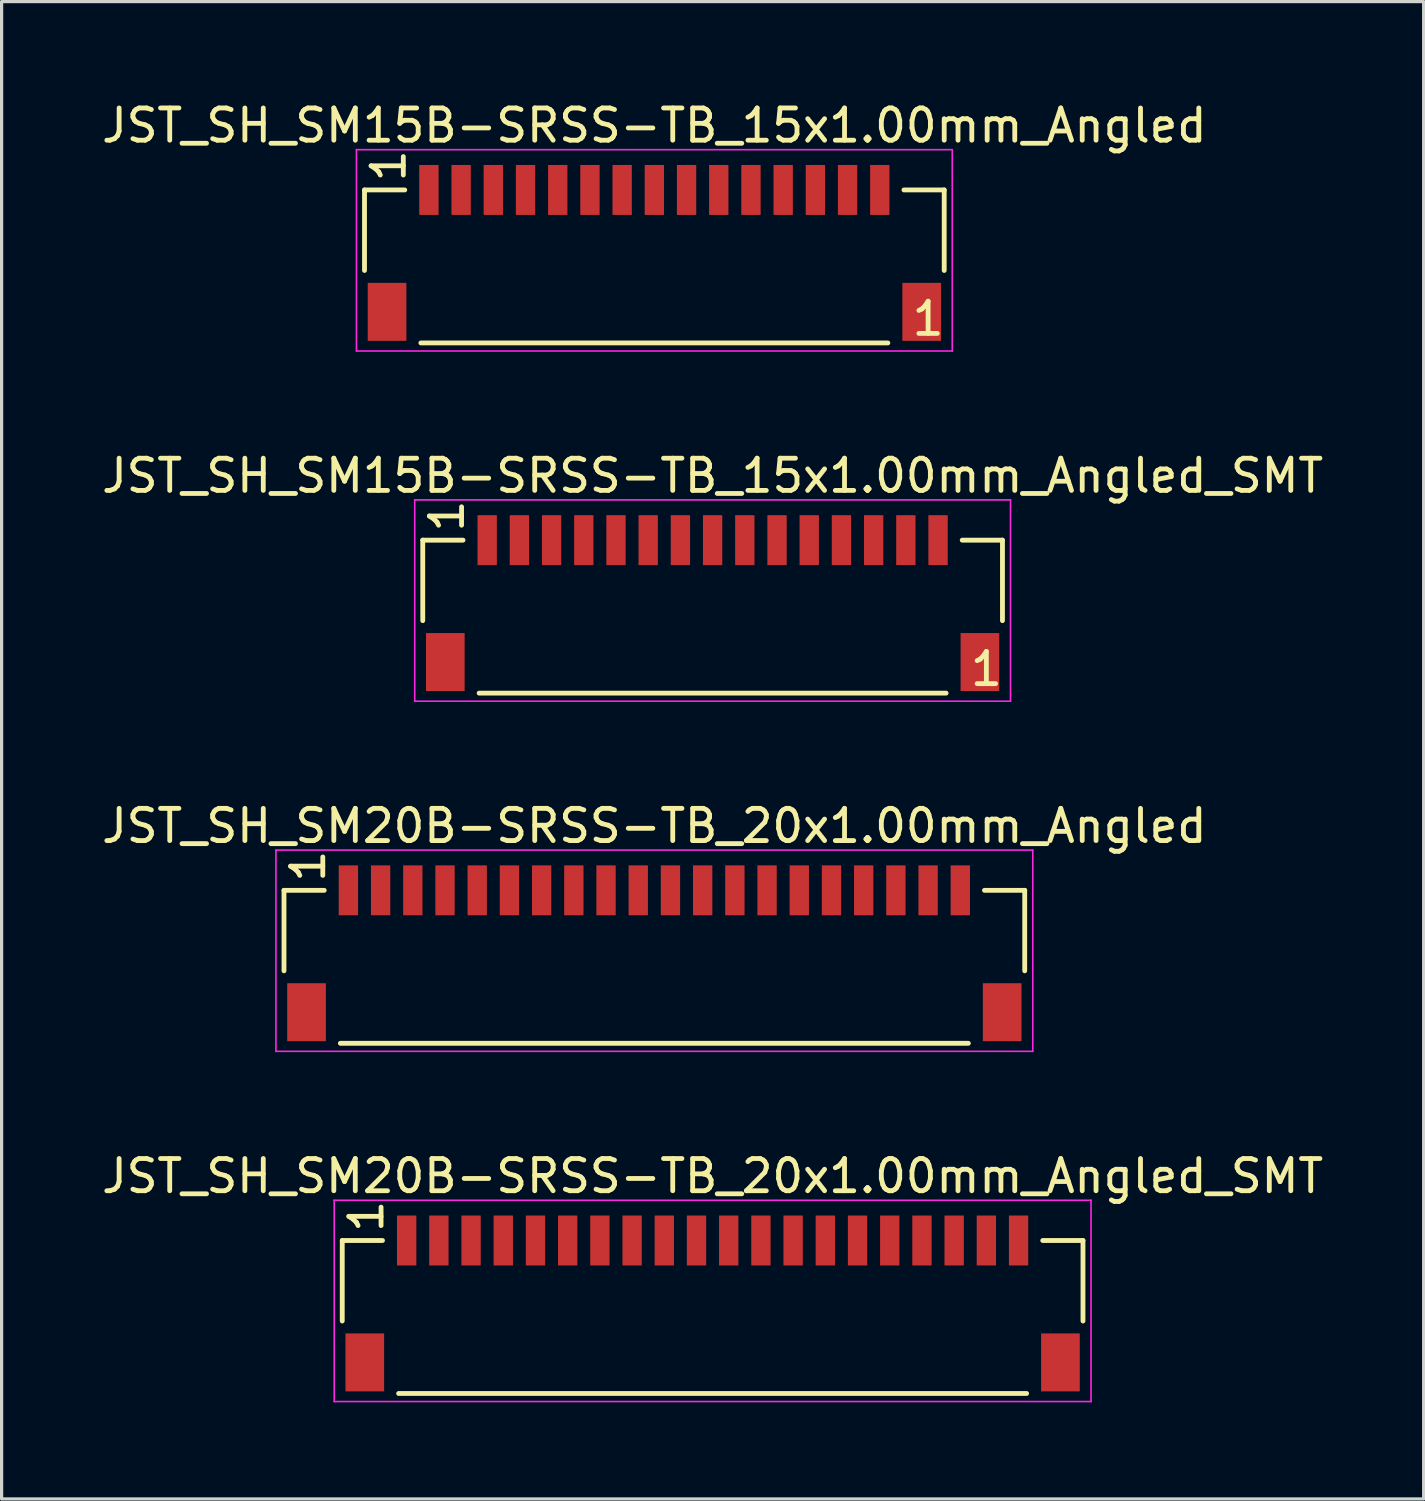
<source format=kicad_pcb>
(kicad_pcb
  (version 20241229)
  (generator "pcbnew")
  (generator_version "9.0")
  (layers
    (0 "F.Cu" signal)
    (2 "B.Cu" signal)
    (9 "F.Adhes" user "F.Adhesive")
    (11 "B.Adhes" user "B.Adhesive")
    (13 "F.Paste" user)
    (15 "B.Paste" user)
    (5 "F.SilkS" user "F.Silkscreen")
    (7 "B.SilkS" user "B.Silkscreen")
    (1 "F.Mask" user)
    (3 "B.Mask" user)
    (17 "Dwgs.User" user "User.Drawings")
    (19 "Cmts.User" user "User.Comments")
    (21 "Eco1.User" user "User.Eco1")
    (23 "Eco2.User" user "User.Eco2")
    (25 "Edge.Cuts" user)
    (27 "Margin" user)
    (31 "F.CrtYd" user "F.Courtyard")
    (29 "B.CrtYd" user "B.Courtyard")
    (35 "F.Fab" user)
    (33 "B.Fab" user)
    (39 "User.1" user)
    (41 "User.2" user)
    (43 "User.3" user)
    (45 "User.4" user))
  (footprint "JST_SH_SM15B-SRSS-TB_15x1.00mm_Angled_SMT"
    (layer "F.Cu")
    (at 12.077 13.722)
    (property "Reference" "JST_SH_SM15B-SRSS-TB_15x1.00mm_Angled_SMT" (at 7 -2 0) (layer "F.SilkS") (effects (font (size 1 1) (thickness 0.15))))
    (attr smd)
    (fp_line (start -2 0) (end -0.75 0) (stroke (width 0.15) (type solid)) (layer "F.SilkS"))
    (fp_line (start -2 2.5) (end -2 0) (stroke (width 0.15) (type solid)) (layer "F.SilkS"))
    (fp_line (start -0.25 4.75) (end 14.25 4.75) (stroke (width 0.15) (type solid)) (layer "F.SilkS"))
    (fp_line (start 14.75 0) (end 16 0) (stroke (width 0.15) (type solid)) (layer "F.SilkS"))
    (fp_line (start 16 2.5) (end 16 0) (stroke (width 0.15) (type solid)) (layer "F.SilkS"))
    (fp_line (start -2.25 -1.25) (end 16.25 -1.25) (stroke (width 0.05) (type solid)) (layer "F.CrtYd"))
    (fp_line (start -2.25 5) (end -2.25 -1.25) (stroke (width 0.05) (type solid)) (layer "F.CrtYd"))
    (fp_line (start 16.25 -1.25) (end 16.25 5) (stroke (width 0.05) (type solid)) (layer "F.CrtYd"))
    (fp_line (start 16.25 5) (end -2.25 5) (stroke (width 0.05) (type solid)) (layer "F.CrtYd"))
    (fp_text user "1" (at -1.25 -0.75 90) (layer "F.SilkS") (effects (font (size 1 1) (thickness 0.15))))
    (fp_text user "1" (at 15.5 4 0) (layer "F.SilkS") (effects (font (size 1 1) (thickness 0.15))))
    (pad "" smd rect (at -1.3 3.785) (size 1.2 1.8) (layers "F.Cu" "F.Mask" "F.Paste"))
    (pad "" smd rect (at 15.3 3.785) (size 1.2 1.8) (layers "F.Cu" "F.Mask" "F.Paste"))
    (pad "1" smd rect (at 0 0) (size 0.6 1.55) (layers "F.Cu" "F.Mask" "F.Paste"))
    (pad "2" smd rect (at 1 0) (size 0.6 1.55) (layers "F.Cu" "F.Mask" "F.Paste"))
    (pad "3" smd rect (at 2 0) (size 0.6 1.55) (layers "F.Cu" "F.Mask" "F.Paste"))
    (pad "4" smd rect (at 3 0) (size 0.6 1.55) (layers "F.Cu" "F.Mask" "F.Paste"))
    (pad "5" smd rect (at 4 0) (size 0.6 1.55) (layers "F.Cu" "F.Mask" "F.Paste"))
    (pad "6" smd rect (at 5 0) (size 0.6 1.55) (layers "F.Cu" "F.Mask" "F.Paste"))
    (pad "7" smd rect (at 6 0) (size 0.6 1.55) (layers "F.Cu" "F.Mask" "F.Paste"))
    (pad "8" smd rect (at 7 0) (size 0.6 1.55) (layers "F.Cu" "F.Mask" "F.Paste"))
    (pad "9" smd rect (at 8 0) (size 0.6 1.55) (layers "F.Cu" "F.Mask" "F.Paste"))
    (pad "10" smd rect (at 9 0) (size 0.6 1.55) (layers "F.Cu" "F.Mask" "F.Paste"))
    (pad "11" smd rect (at 10 0) (size 0.6 1.55) (layers "F.Cu" "F.Mask" "F.Paste"))
    (pad "12" smd rect (at 11 0) (size 0.6 1.55) (layers "F.Cu" "F.Mask" "F.Paste"))
    (pad "13" smd rect (at 12 0) (size 0.6 1.55) (layers "F.Cu" "F.Mask" "F.Paste"))
    (pad "14" smd rect (at 13 0) (size 0.6 1.55) (layers "F.Cu" "F.Mask" "F.Paste"))
    (pad "15" smd rect (at 14 0) (size 0.6 1.55) (layers "F.Cu" "F.Mask" "F.Paste")))
  (footprint "JST_SH_SM20B-SRSS-TB_20x1.00mm_Angled"
    (layer "F.Cu")
    (at 7.768 24.595)
    (property "Reference" "JST_SH_SM20B-SRSS-TB_20x1.00mm_Angled" (at 9.5 -2 0) (layer "F.SilkS") (effects (font (size 1 1) (thickness 0.15))))
    (attr smd)
    (fp_line (start -2 0) (end -0.75 0) (stroke (width 0.15) (type solid)) (layer "F.SilkS"))
    (fp_line (start -2 2.5) (end -2 0) (stroke (width 0.15) (type solid)) (layer "F.SilkS"))
    (fp_line (start -0.25 4.75) (end 19.25 4.75) (stroke (width 0.15) (type solid)) (layer "F.SilkS"))
    (fp_line (start 19.75 0) (end 21 0) (stroke (width 0.15) (type solid)) (layer "F.SilkS"))
    (fp_line (start 21 2.5) (end 21 0) (stroke (width 0.15) (type solid)) (layer "F.SilkS"))
    (fp_line (start -2.25 -1.25) (end 21.25 -1.25) (stroke (width 0.05) (type solid)) (layer "F.CrtYd"))
    (fp_line (start -2.25 5) (end -2.25 -1.25) (stroke (width 0.05) (type solid)) (layer "F.CrtYd"))
    (fp_line (start 21.25 -1.25) (end 21.25 5) (stroke (width 0.05) (type solid)) (layer "F.CrtYd"))
    (fp_line (start 21.25 5) (end -2.25 5) (stroke (width 0.05) (type solid)) (layer "F.CrtYd"))
    (fp_text user "1" (at -1.25 -0.75 90) (layer "F.SilkS") (effects (font (size 1 1) (thickness 0.15))))
    (pad "" smd rect (at -1.3 3.785) (size 1.2 1.8) (layers "F.Cu" "F.Mask" "F.Paste"))
    (pad "" smd rect (at 20.3 3.785) (size 1.2 1.8) (layers "F.Cu" "F.Mask" "F.Paste"))
    (pad "1" smd rect (at 0 0) (size 0.6 1.55) (layers "F.Cu" "F.Mask" "F.Paste"))
    (pad "2" smd rect (at 1 0) (size 0.6 1.55) (layers "F.Cu" "F.Mask" "F.Paste"))
    (pad "3" smd rect (at 2 0) (size 0.6 1.55) (layers "F.Cu" "F.Mask" "F.Paste"))
    (pad "4" smd rect (at 3 0) (size 0.6 1.55) (layers "F.Cu" "F.Mask" "F.Paste"))
    (pad "5" smd rect (at 4 0) (size 0.6 1.55) (layers "F.Cu" "F.Mask" "F.Paste"))
    (pad "6" smd rect (at 5 0) (size 0.6 1.55) (layers "F.Cu" "F.Mask" "F.Paste"))
    (pad "7" smd rect (at 6 0) (size 0.6 1.55) (layers "F.Cu" "F.Mask" "F.Paste"))
    (pad "8" smd rect (at 7 0) (size 0.6 1.55) (layers "F.Cu" "F.Mask" "F.Paste"))
    (pad "9" smd rect (at 8 0) (size 0.6 1.55) (layers "F.Cu" "F.Mask" "F.Paste"))
    (pad "10" smd rect (at 9 0) (size 0.6 1.55) (layers "F.Cu" "F.Mask" "F.Paste"))
    (pad "11" smd rect (at 10 0) (size 0.6 1.55) (layers "F.Cu" "F.Mask" "F.Paste"))
    (pad "12" smd rect (at 11 0) (size 0.6 1.55) (layers "F.Cu" "F.Mask" "F.Paste"))
    (pad "13" smd rect (at 12 0) (size 0.6 1.55) (layers "F.Cu" "F.Mask" "F.Paste"))
    (pad "14" smd rect (at 13 0) (size 0.6 1.55) (layers "F.Cu" "F.Mask" "F.Paste"))
    (pad "15" smd rect (at 14 0) (size 0.6 1.55) (layers "F.Cu" "F.Mask" "F.Paste"))
    (pad "16" smd rect (at 15 0) (size 0.6 1.55) (layers "F.Cu" "F.Mask" "F.Paste"))
    (pad "17" smd rect (at 16 0) (size 0.6 1.55) (layers "F.Cu" "F.Mask" "F.Paste"))
    (pad "18" smd rect (at 17 0) (size 0.6 1.55) (layers "F.Cu" "F.Mask" "F.Paste"))
    (pad "19" smd rect (at 18 0) (size 0.6 1.55) (layers "F.Cu" "F.Mask" "F.Paste"))
    (pad "20" smd rect (at 19 0) (size 0.6 1.55) (layers "F.Cu" "F.Mask" "F.Paste")))
  (footprint "JST_SH_SM15B-SRSS-TB_15x1.00mm_Angled"
    (layer "F.Cu")
    (at 10.268 2.848)
    (property "Reference" "JST_SH_SM15B-SRSS-TB_15x1.00mm_Angled" (at 7 -2 0) (layer "F.SilkS") (effects (font (size 1 1) (thickness 0.15))))
    (attr smd)
    (fp_line (start -2 0) (end -0.75 0) (stroke (width 0.15) (type solid)) (layer "F.SilkS"))
    (fp_line (start -2 2.5) (end -2 0) (stroke (width 0.15) (type solid)) (layer "F.SilkS"))
    (fp_line (start -0.25 4.75) (end 14.25 4.75) (stroke (width 0.15) (type solid)) (layer "F.SilkS"))
    (fp_line (start 14.75 0) (end 16 0) (stroke (width 0.15) (type solid)) (layer "F.SilkS"))
    (fp_line (start 16 2.5) (end 16 0) (stroke (width 0.15) (type solid)) (layer "F.SilkS"))
    (fp_line (start -2.25 -1.25) (end 16.25 -1.25) (stroke (width 0.05) (type solid)) (layer "F.CrtYd"))
    (fp_line (start -2.25 5) (end -2.25 -1.25) (stroke (width 0.05) (type solid)) (layer "F.CrtYd"))
    (fp_line (start 16.25 -1.25) (end 16.25 5) (stroke (width 0.05) (type solid)) (layer "F.CrtYd"))
    (fp_line (start 16.25 5) (end -2.25 5) (stroke (width 0.05) (type solid)) (layer "F.CrtYd"))
    (fp_text user "1" (at -1.25 -0.75 90) (layer "F.SilkS") (effects (font (size 1 1) (thickness 0.15))))
    (fp_text user "1" (at 15.5 4 0) (layer "F.SilkS") (effects (font (size 1 1) (thickness 0.15))))
    (pad "" smd rect (at -1.3 3.785) (size 1.2 1.8) (layers "F.Cu" "F.Mask" "F.Paste"))
    (pad "" smd rect (at 15.3 3.785) (size 1.2 1.8) (layers "F.Cu" "F.Mask" "F.Paste"))
    (pad "1" smd rect (at 0 0) (size 0.6 1.55) (layers "F.Cu" "F.Mask" "F.Paste"))
    (pad "2" smd rect (at 1 0) (size 0.6 1.55) (layers "F.Cu" "F.Mask" "F.Paste"))
    (pad "3" smd rect (at 2 0) (size 0.6 1.55) (layers "F.Cu" "F.Mask" "F.Paste"))
    (pad "4" smd rect (at 3 0) (size 0.6 1.55) (layers "F.Cu" "F.Mask" "F.Paste"))
    (pad "5" smd rect (at 4 0) (size 0.6 1.55) (layers "F.Cu" "F.Mask" "F.Paste"))
    (pad "6" smd rect (at 5 0) (size 0.6 1.55) (layers "F.Cu" "F.Mask" "F.Paste"))
    (pad "7" smd rect (at 6 0) (size 0.6 1.55) (layers "F.Cu" "F.Mask" "F.Paste"))
    (pad "8" smd rect (at 7 0) (size 0.6 1.55) (layers "F.Cu" "F.Mask" "F.Paste"))
    (pad "9" smd rect (at 8 0) (size 0.6 1.55) (layers "F.Cu" "F.Mask" "F.Paste"))
    (pad "10" smd rect (at 9 0) (size 0.6 1.55) (layers "F.Cu" "F.Mask" "F.Paste"))
    (pad "11" smd rect (at 10 0) (size 0.6 1.55) (layers "F.Cu" "F.Mask" "F.Paste"))
    (pad "12" smd rect (at 11 0) (size 0.6 1.55) (layers "F.Cu" "F.Mask" "F.Paste"))
    (pad "13" smd rect (at 12 0) (size 0.6 1.55) (layers "F.Cu" "F.Mask" "F.Paste"))
    (pad "14" smd rect (at 13 0) (size 0.6 1.55) (layers "F.Cu" "F.Mask" "F.Paste"))
    (pad "15" smd rect (at 14 0) (size 0.6 1.55) (layers "F.Cu" "F.Mask" "F.Paste")))
  (footprint "JST_SH_SM20B-SRSS-TB_20x1.00mm_Angled_SMT"
    (layer "F.Cu")
    (at 9.577 35.468)
    (property "Reference" "JST_SH_SM20B-SRSS-TB_20x1.00mm_Angled_SMT" (at 9.5 -2 0) (layer "F.SilkS") (effects (font (size 1 1) (thickness 0.15))))
    (attr smd)
    (fp_line (start -2 0) (end -0.75 0) (stroke (width 0.15) (type solid)) (layer "F.SilkS"))
    (fp_line (start -2 2.5) (end -2 0) (stroke (width 0.15) (type solid)) (layer "F.SilkS"))
    (fp_line (start -0.25 4.75) (end 19.25 4.75) (stroke (width 0.15) (type solid)) (layer "F.SilkS"))
    (fp_line (start 19.75 0) (end 21 0) (stroke (width 0.15) (type solid)) (layer "F.SilkS"))
    (fp_line (start 21 2.5) (end 21 0) (stroke (width 0.15) (type solid)) (layer "F.SilkS"))
    (fp_line (start -2.25 -1.25) (end 21.25 -1.25) (stroke (width 0.05) (type solid)) (layer "F.CrtYd"))
    (fp_line (start -2.25 5) (end -2.25 -1.25) (stroke (width 0.05) (type solid)) (layer "F.CrtYd"))
    (fp_line (start 21.25 -1.25) (end 21.25 5) (stroke (width 0.05) (type solid)) (layer "F.CrtYd"))
    (fp_line (start 21.25 5) (end -2.25 5) (stroke (width 0.05) (type solid)) (layer "F.CrtYd"))
    (fp_text user "1" (at -1.25 -0.75 90) (layer "F.SilkS") (effects (font (size 1 1) (thickness 0.15))))
    (pad "" smd rect (at -1.3 3.785) (size 1.2 1.8) (layers "F.Cu" "F.Mask" "F.Paste"))
    (pad "" smd rect (at 20.3 3.785) (size 1.2 1.8) (layers "F.Cu" "F.Mask" "F.Paste"))
    (pad "1" smd rect (at 0 0) (size 0.6 1.55) (layers "F.Cu" "F.Mask" "F.Paste"))
    (pad "2" smd rect (at 1 0) (size 0.6 1.55) (layers "F.Cu" "F.Mask" "F.Paste"))
    (pad "3" smd rect (at 2 0) (size 0.6 1.55) (layers "F.Cu" "F.Mask" "F.Paste"))
    (pad "4" smd rect (at 3 0) (size 0.6 1.55) (layers "F.Cu" "F.Mask" "F.Paste"))
    (pad "5" smd rect (at 4 0) (size 0.6 1.55) (layers "F.Cu" "F.Mask" "F.Paste"))
    (pad "6" smd rect (at 5 0) (size 0.6 1.55) (layers "F.Cu" "F.Mask" "F.Paste"))
    (pad "7" smd rect (at 6 0) (size 0.6 1.55) (layers "F.Cu" "F.Mask" "F.Paste"))
    (pad "8" smd rect (at 7 0) (size 0.6 1.55) (layers "F.Cu" "F.Mask" "F.Paste"))
    (pad "9" smd rect (at 8 0) (size 0.6 1.55) (layers "F.Cu" "F.Mask" "F.Paste"))
    (pad "10" smd rect (at 9 0) (size 0.6 1.55) (layers "F.Cu" "F.Mask" "F.Paste"))
    (pad "11" smd rect (at 10 0) (size 0.6 1.55) (layers "F.Cu" "F.Mask" "F.Paste"))
    (pad "12" smd rect (at 11 0) (size 0.6 1.55) (layers "F.Cu" "F.Mask" "F.Paste"))
    (pad "13" smd rect (at 12 0) (size 0.6 1.55) (layers "F.Cu" "F.Mask" "F.Paste"))
    (pad "14" smd rect (at 13 0) (size 0.6 1.55) (layers "F.Cu" "F.Mask" "F.Paste"))
    (pad "15" smd rect (at 14 0) (size 0.6 1.55) (layers "F.Cu" "F.Mask" "F.Paste"))
    (pad "16" smd rect (at 15 0) (size 0.6 1.55) (layers "F.Cu" "F.Mask" "F.Paste"))
    (pad "17" smd rect (at 16 0) (size 0.6 1.55) (layers "F.Cu" "F.Mask" "F.Paste"))
    (pad "18" smd rect (at 17 0) (size 0.6 1.55) (layers "F.Cu" "F.Mask" "F.Paste"))
    (pad "19" smd rect (at 18 0) (size 0.6 1.55) (layers "F.Cu" "F.Mask" "F.Paste"))
    (pad "20" smd rect (at 19 0) (size 0.6 1.55) (layers "F.Cu" "F.Mask" "F.Paste")))
  (gr_rect
    (start -3 -3)
    (end 41.155 43.493)
    (stroke (width 0.1) (type default))
    (fill no)
    (layer "Edge.Cuts")))
</source>
